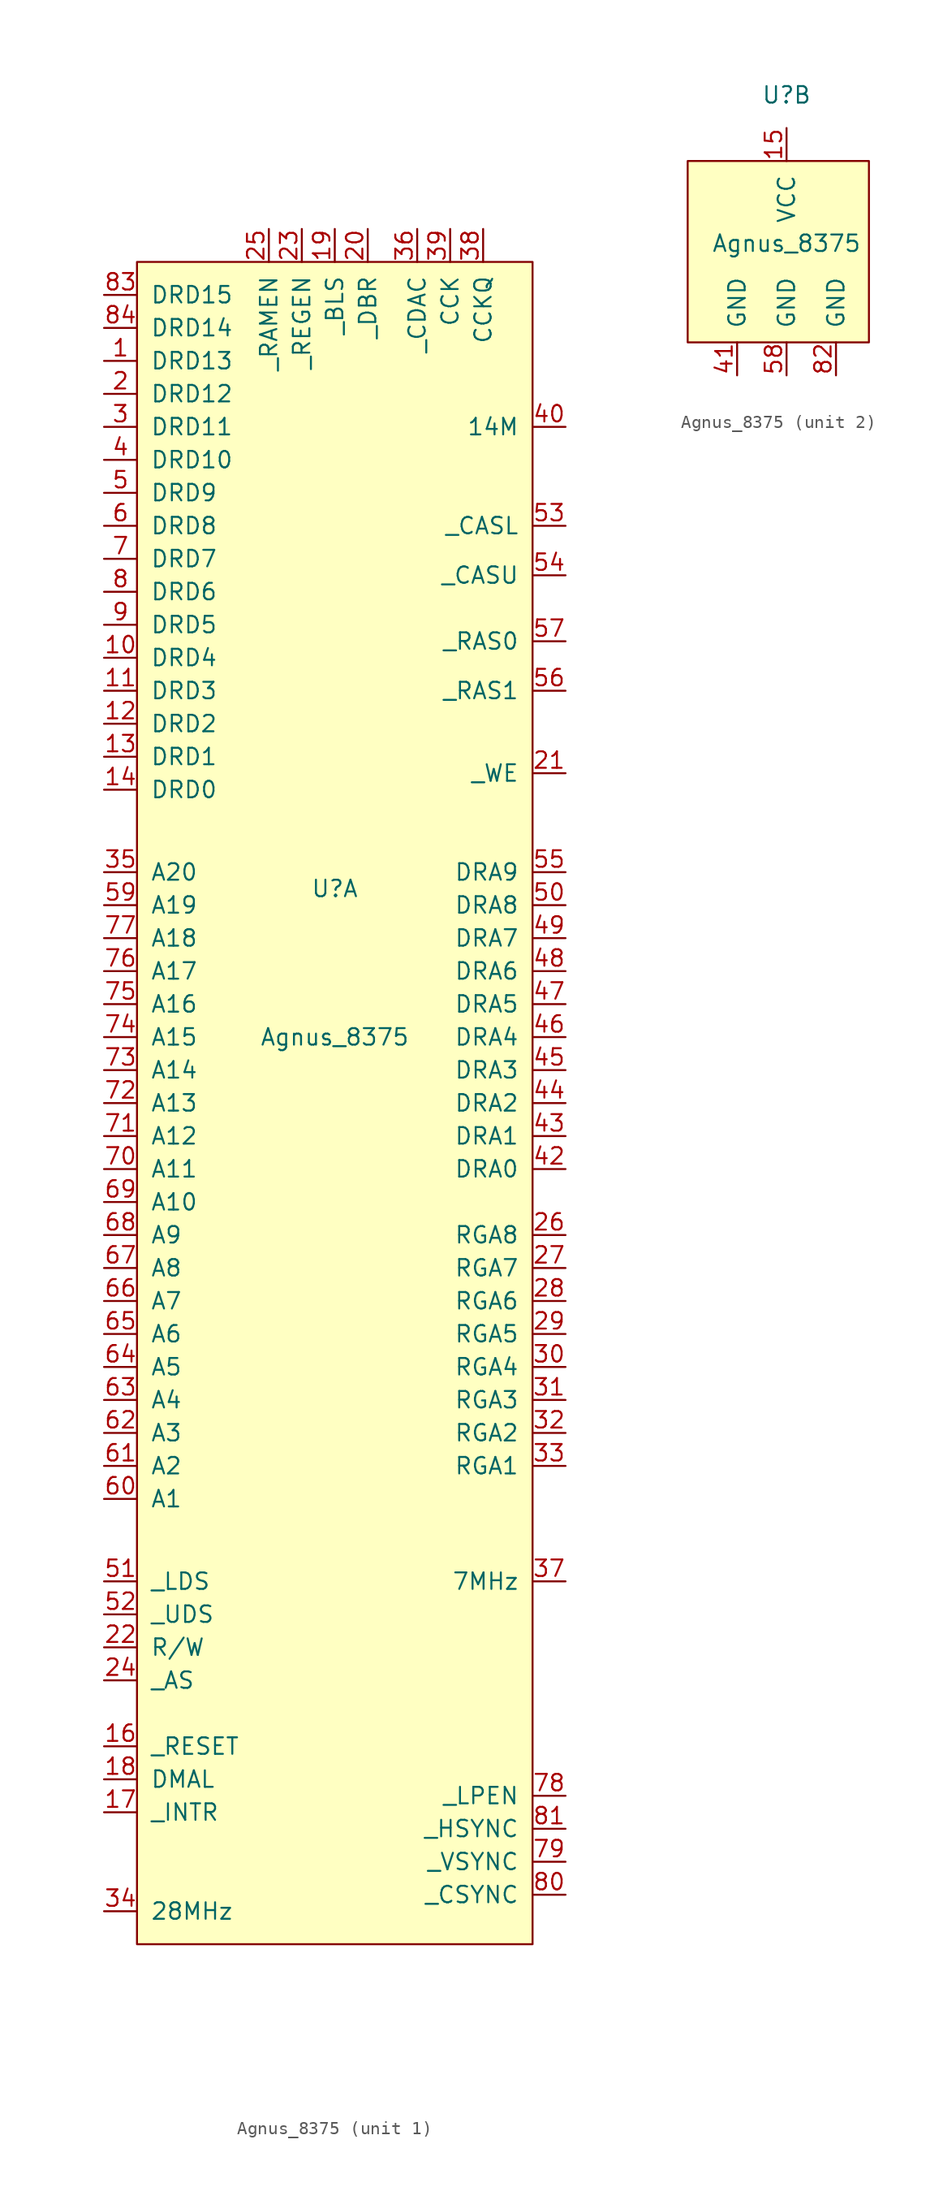
<source format=kicad_sym>
(kicad_symbol_lib
  (version 20220914)
  (generator kicad_symbol_editor)
  (symbol "Agnus_8375"
    (pin_names
      (offset 1.016))
    (property "Reference" "U"
      (at 0 11.43 0)
      (effects (font (size 1.27 1.27))))
    (property "Value" "Agnus_8375"
      (at 0 0 0)
      (effects (font (size 1.27 1.27))))
    (property "ki_locked" ""
      (at 0 0 0)
      (effects (font (size 1.27 1.27))))
    (symbol "Agnus_8375_1_1"
      (rectangle (start -15.24 59.69) (end 15.24 -69.85) (stroke (width 0) (type solid)) (fill (type background)))
      (pin bidirectional line (at -17.78 52.07 0) (length 2.54) (name "DRD13" (effects (font (size 1.27 1.27)))) (number "1" (effects (font (size 1.27 1.27)))))
      (pin bidirectional line (at -17.78 29.21 0) (length 2.54) (name "DRD4" (effects (font (size 1.27 1.27)))) (number "10" (effects (font (size 1.27 1.27)))))
      (pin bidirectional line (at -17.78 26.67 0) (length 2.54) (name "DRD3" (effects (font (size 1.27 1.27)))) (number "11" (effects (font (size 1.27 1.27)))))
      (pin bidirectional line (at -17.78 24.13 0) (length 2.54) (name "DRD2" (effects (font (size 1.27 1.27)))) (number "12" (effects (font (size 1.27 1.27)))))
      (pin bidirectional line (at -17.78 21.59 0) (length 2.54) (name "DRD1" (effects (font (size 1.27 1.27)))) (number "13" (effects (font (size 1.27 1.27)))))
      (pin bidirectional line (at -17.78 19.05 0) (length 2.54) (name "DRD0" (effects (font (size 1.27 1.27)))) (number "14" (effects (font (size 1.27 1.27)))))
      (pin input line (at -17.78 -54.61 0) (length 2.54) (name "_RESET" (effects (font (size 1.27 1.27)))) (number "16" (effects (font (size 1.27 1.27)))))
      (pin output line (at -17.78 -59.69 0) (length 2.54) (name "_INTR" (effects (font (size 1.27 1.27)))) (number "17" (effects (font (size 1.27 1.27)))))
      (pin input line (at -17.78 -57.15 0) (length 2.54) (name "DMAL" (effects (font (size 1.27 1.27)))) (number "18" (effects (font (size 1.27 1.27)))))
      (pin input line (at 0 62.23 270) (length 2.54) (name "_BLS" (effects (font (size 1.27 1.27)))) (number "19" (effects (font (size 1.27 1.27)))))
      (pin bidirectional line (at -17.78 49.53 0) (length 2.54) (name "DRD12" (effects (font (size 1.27 1.27)))) (number "2" (effects (font (size 1.27 1.27)))))
      (pin output line (at 2.54 62.23 270) (length 2.54) (name "_DBR" (effects (font (size 1.27 1.27)))) (number "20" (effects (font (size 1.27 1.27)))))
      (pin output line (at 17.78 20.32 180) (length 2.54) (name "_WE" (effects (font (size 1.27 1.27)))) (number "21" (effects (font (size 1.27 1.27)))))
      (pin input line (at -17.78 -46.99 0) (length 2.54) (name "R/W" (effects (font (size 1.27 1.27)))) (number "22" (effects (font (size 1.27 1.27)))))
      (pin input line (at -2.54 62.23 270) (length 2.54) (name "_REGEN" (effects (font (size 1.27 1.27)))) (number "23" (effects (font (size 1.27 1.27)))))
      (pin input line (at -17.78 -49.53 0) (length 2.54) (name "_AS" (effects (font (size 1.27 1.27)))) (number "24" (effects (font (size 1.27 1.27)))))
      (pin input line (at -5.08 62.23 270) (length 2.54) (name "_RAMEN" (effects (font (size 1.27 1.27)))) (number "25" (effects (font (size 1.27 1.27)))))
      (pin output line (at 17.78 -15.24 180) (length 2.54) (name "RGA8" (effects (font (size 1.27 1.27)))) (number "26" (effects (font (size 1.27 1.27)))))
      (pin output line (at 17.78 -17.78 180) (length 2.54) (name "RGA7" (effects (font (size 1.27 1.27)))) (number "27" (effects (font (size 1.27 1.27)))))
      (pin output line (at 17.78 -20.32 180) (length 2.54) (name "RGA6" (effects (font (size 1.27 1.27)))) (number "28" (effects (font (size 1.27 1.27)))))
      (pin output line (at 17.78 -22.86 180) (length 2.54) (name "RGA5" (effects (font (size 1.27 1.27)))) (number "29" (effects (font (size 1.27 1.27)))))
      (pin bidirectional line (at -17.78 46.99 0) (length 2.54) (name "DRD11" (effects (font (size 1.27 1.27)))) (number "3" (effects (font (size 1.27 1.27)))))
      (pin output line (at 17.78 -25.4 180) (length 2.54) (name "RGA4" (effects (font (size 1.27 1.27)))) (number "30" (effects (font (size 1.27 1.27)))))
      (pin output line (at 17.78 -27.94 180) (length 2.54) (name "RGA3" (effects (font (size 1.27 1.27)))) (number "31" (effects (font (size 1.27 1.27)))))
      (pin output line (at 17.78 -30.48 180) (length 2.54) (name "RGA2" (effects (font (size 1.27 1.27)))) (number "32" (effects (font (size 1.27 1.27)))))
      (pin output line (at 17.78 -33.02 180) (length 2.54) (name "RGA1" (effects (font (size 1.27 1.27)))) (number "33" (effects (font (size 1.27 1.27)))))
      (pin output line (at -17.78 -67.31 0) (length 2.54) (name "28MHz" (effects (font (size 1.27 1.27)))) (number "34" (effects (font (size 1.27 1.27)))))
      (pin bidirectional line (at -17.78 12.7 0) (length 2.54) (name "A20" (effects (font (size 1.27 1.27)))) (number "35" (effects (font (size 1.27 1.27)))))
      (pin output line (at 6.35 62.23 270) (length 2.54) (name "_CDAC" (effects (font (size 1.27 1.27)))) (number "36" (effects (font (size 1.27 1.27)))))
      (pin output line (at 17.78 -41.91 180) (length 2.54) (name "7MHz" (effects (font (size 1.27 1.27)))) (number "37" (effects (font (size 1.27 1.27)))))
      (pin output line (at 11.43 62.23 270) (length 2.54) (name "CCKQ" (effects (font (size 1.27 1.27)))) (number "38" (effects (font (size 1.27 1.27)))))
      (pin output line (at 8.89 62.23 270) (length 2.54) (name "CCK" (effects (font (size 1.27 1.27)))) (number "39" (effects (font (size 1.27 1.27)))))
      (pin bidirectional line (at -17.78 44.45 0) (length 2.54) (name "DRD10" (effects (font (size 1.27 1.27)))) (number "4" (effects (font (size 1.27 1.27)))))
      (pin output line (at 17.78 46.99 180) (length 2.54) (name "14M" (effects (font (size 1.27 1.27)))) (number "40" (effects (font (size 1.27 1.27)))))
      (pin output line (at 17.78 -10.16 180) (length 2.54) (name "DRA0" (effects (font (size 1.27 1.27)))) (number "42" (effects (font (size 1.27 1.27)))))
      (pin output line (at 17.78 -7.62 180) (length 2.54) (name "DRA1" (effects (font (size 1.27 1.27)))) (number "43" (effects (font (size 1.27 1.27)))))
      (pin output line (at 17.78 -5.08 180) (length 2.54) (name "DRA2" (effects (font (size 1.27 1.27)))) (number "44" (effects (font (size 1.27 1.27)))))
      (pin output line (at 17.78 -2.54 180) (length 2.54) (name "DRA3" (effects (font (size 1.27 1.27)))) (number "45" (effects (font (size 1.27 1.27)))))
      (pin output line (at 17.78 0 180) (length 2.54) (name "DRA4" (effects (font (size 1.27 1.27)))) (number "46" (effects (font (size 1.27 1.27)))))
      (pin output line (at 17.78 2.54 180) (length 2.54) (name "DRA5" (effects (font (size 1.27 1.27)))) (number "47" (effects (font (size 1.27 1.27)))))
      (pin output line (at 17.78 5.08 180) (length 2.54) (name "DRA6" (effects (font (size 1.27 1.27)))) (number "48" (effects (font (size 1.27 1.27)))))
      (pin output line (at 17.78 7.62 180) (length 2.54) (name "DRA7" (effects (font (size 1.27 1.27)))) (number "49" (effects (font (size 1.27 1.27)))))
      (pin bidirectional line (at -17.78 41.91 0) (length 2.54) (name "DRD9" (effects (font (size 1.27 1.27)))) (number "5" (effects (font (size 1.27 1.27)))))
      (pin output line (at 17.78 10.16 180) (length 2.54) (name "DRA8" (effects (font (size 1.27 1.27)))) (number "50" (effects (font (size 1.27 1.27)))))
      (pin input line (at -17.78 -41.91 0) (length 2.54) (name "_LDS" (effects (font (size 1.27 1.27)))) (number "51" (effects (font (size 1.27 1.27)))))
      (pin input line (at -17.78 -44.45 0) (length 2.54) (name "_UDS" (effects (font (size 1.27 1.27)))) (number "52" (effects (font (size 1.27 1.27)))))
      (pin output line (at 17.78 39.37 180) (length 2.54) (name "_CASL" (effects (font (size 1.27 1.27)))) (number "53" (effects (font (size 1.27 1.27)))))
      (pin output line (at 17.78 35.56 180) (length 2.54) (name "_CASU" (effects (font (size 1.27 1.27)))) (number "54" (effects (font (size 1.27 1.27)))))
      (pin output line (at 17.78 12.7 180) (length 2.54) (name "DRA9" (effects (font (size 1.27 1.27)))) (number "55" (effects (font (size 1.27 1.27)))))
      (pin output line (at 17.78 26.67 180) (length 2.54) (name "_RAS1" (effects (font (size 1.27 1.27)))) (number "56" (effects (font (size 1.27 1.27)))))
      (pin output line (at 17.78 30.48 180) (length 2.54) (name "_RAS0" (effects (font (size 1.27 1.27)))) (number "57" (effects (font (size 1.27 1.27)))))
      (pin bidirectional line (at -17.78 10.16 0) (length 2.54) (name "A19" (effects (font (size 1.27 1.27)))) (number "59" (effects (font (size 1.27 1.27)))))
      (pin bidirectional line (at -17.78 39.37 0) (length 2.54) (name "DRD8" (effects (font (size 1.27 1.27)))) (number "6" (effects (font (size 1.27 1.27)))))
      (pin bidirectional line (at -17.78 -35.56 0) (length 2.54) (name "A1" (effects (font (size 1.27 1.27)))) (number "60" (effects (font (size 1.27 1.27)))))
      (pin bidirectional line (at -17.78 -33.02 0) (length 2.54) (name "A2" (effects (font (size 1.27 1.27)))) (number "61" (effects (font (size 1.27 1.27)))))
      (pin bidirectional line (at -17.78 -30.48 0) (length 2.54) (name "A3" (effects (font (size 1.27 1.27)))) (number "62" (effects (font (size 1.27 1.27)))))
      (pin bidirectional line (at -17.78 -27.94 0) (length 2.54) (name "A4" (effects (font (size 1.27 1.27)))) (number "63" (effects (font (size 1.27 1.27)))))
      (pin bidirectional line (at -17.78 -25.4 0) (length 2.54) (name "A5" (effects (font (size 1.27 1.27)))) (number "64" (effects (font (size 1.27 1.27)))))
      (pin bidirectional line (at -17.78 -22.86 0) (length 2.54) (name "A6" (effects (font (size 1.27 1.27)))) (number "65" (effects (font (size 1.27 1.27)))))
      (pin bidirectional line (at -17.78 -20.32 0) (length 2.54) (name "A7" (effects (font (size 1.27 1.27)))) (number "66" (effects (font (size 1.27 1.27)))))
      (pin bidirectional line (at -17.78 -17.78 0) (length 2.54) (name "A8" (effects (font (size 1.27 1.27)))) (number "67" (effects (font (size 1.27 1.27)))))
      (pin bidirectional line (at -17.78 -15.24 0) (length 2.54) (name "A9" (effects (font (size 1.27 1.27)))) (number "68" (effects (font (size 1.27 1.27)))))
      (pin bidirectional line (at -17.78 -12.7 0) (length 2.54) (name "A10" (effects (font (size 1.27 1.27)))) (number "69" (effects (font (size 1.27 1.27)))))
      (pin bidirectional line (at -17.78 36.83 0) (length 2.54) (name "DRD7" (effects (font (size 1.27 1.27)))) (number "7" (effects (font (size 1.27 1.27)))))
      (pin bidirectional line (at -17.78 -10.16 0) (length 2.54) (name "A11" (effects (font (size 1.27 1.27)))) (number "70" (effects (font (size 1.27 1.27)))))
      (pin bidirectional line (at -17.78 -7.62 0) (length 2.54) (name "A12" (effects (font (size 1.27 1.27)))) (number "71" (effects (font (size 1.27 1.27)))))
      (pin bidirectional line (at -17.78 -5.08 0) (length 2.54) (name "A13" (effects (font (size 1.27 1.27)))) (number "72" (effects (font (size 1.27 1.27)))))
      (pin bidirectional line (at -17.78 -2.54 0) (length 2.54) (name "A14" (effects (font (size 1.27 1.27)))) (number "73" (effects (font (size 1.27 1.27)))))
      (pin bidirectional line (at -17.78 0 0) (length 2.54) (name "A15" (effects (font (size 1.27 1.27)))) (number "74" (effects (font (size 1.27 1.27)))))
      (pin bidirectional line (at -17.78 2.54 0) (length 2.54) (name "A16" (effects (font (size 1.27 1.27)))) (number "75" (effects (font (size 1.27 1.27)))))
      (pin bidirectional line (at -17.78 5.08 0) (length 2.54) (name "A17" (effects (font (size 1.27 1.27)))) (number "76" (effects (font (size 1.27 1.27)))))
      (pin bidirectional line (at -17.78 7.62 0) (length 2.54) (name "A18" (effects (font (size 1.27 1.27)))) (number "77" (effects (font (size 1.27 1.27)))))
      (pin input line (at 17.78 -58.42 180) (length 2.54) (name "_LPEN" (effects (font (size 1.27 1.27)))) (number "78" (effects (font (size 1.27 1.27)))))
      (pin bidirectional line (at 17.78 -63.5 180) (length 2.54) (name "_VSYNC" (effects (font (size 1.27 1.27)))) (number "79" (effects (font (size 1.27 1.27)))))
      (pin bidirectional line (at -17.78 34.29 0) (length 2.54) (name "DRD6" (effects (font (size 1.27 1.27)))) (number "8" (effects (font (size 1.27 1.27)))))
      (pin output line (at 17.78 -66.04 180) (length 2.54) (name "_CSYNC" (effects (font (size 1.27 1.27)))) (number "80" (effects (font (size 1.27 1.27)))))
      (pin bidirectional line (at 17.78 -60.96 180) (length 2.54) (name "_HSYNC" (effects (font (size 1.27 1.27)))) (number "81" (effects (font (size 1.27 1.27)))))
      (pin bidirectional line (at -17.78 57.15 0) (length 2.54) (name "DRD15" (effects (font (size 1.27 1.27)))) (number "83" (effects (font (size 1.27 1.27)))))
      (pin bidirectional line (at -17.78 54.61 0) (length 2.54) (name "DRD14" (effects (font (size 1.27 1.27)))) (number "84" (effects (font (size 1.27 1.27)))))
      (pin bidirectional line (at -17.78 31.75 0) (length 2.54) (name "DRD5" (effects (font (size 1.27 1.27)))) (number "9" (effects (font (size 1.27 1.27))))))
    (symbol "Agnus_8375_2_1"
      (rectangle (start -7.62 6.35) (end 6.35 -7.62) (stroke (width 0) (type solid)) (fill (type background)))
      (pin power_in line (at 0 8.89 270) (length 2.54) (name "VCC" (effects (font (size 1.27 1.27)))) (number "15" (effects (font (size 1.27 1.27)))))
      (pin power_in line (at -3.81 -10.16 90) (length 2.54) (name "GND" (effects (font (size 1.27 1.27)))) (number "41" (effects (font (size 1.27 1.27)))))
      (pin power_in line (at 0 -10.16 90) (length 2.54) (name "GND" (effects (font (size 1.27 1.27)))) (number "58" (effects (font (size 1.27 1.27)))))
      (pin power_in line (at 3.81 -10.16 90) (length 2.54) (name "GND" (effects (font (size 1.27 1.27)))) (number "82" (effects (font (size 1.27 1.27))))))))
</source>
